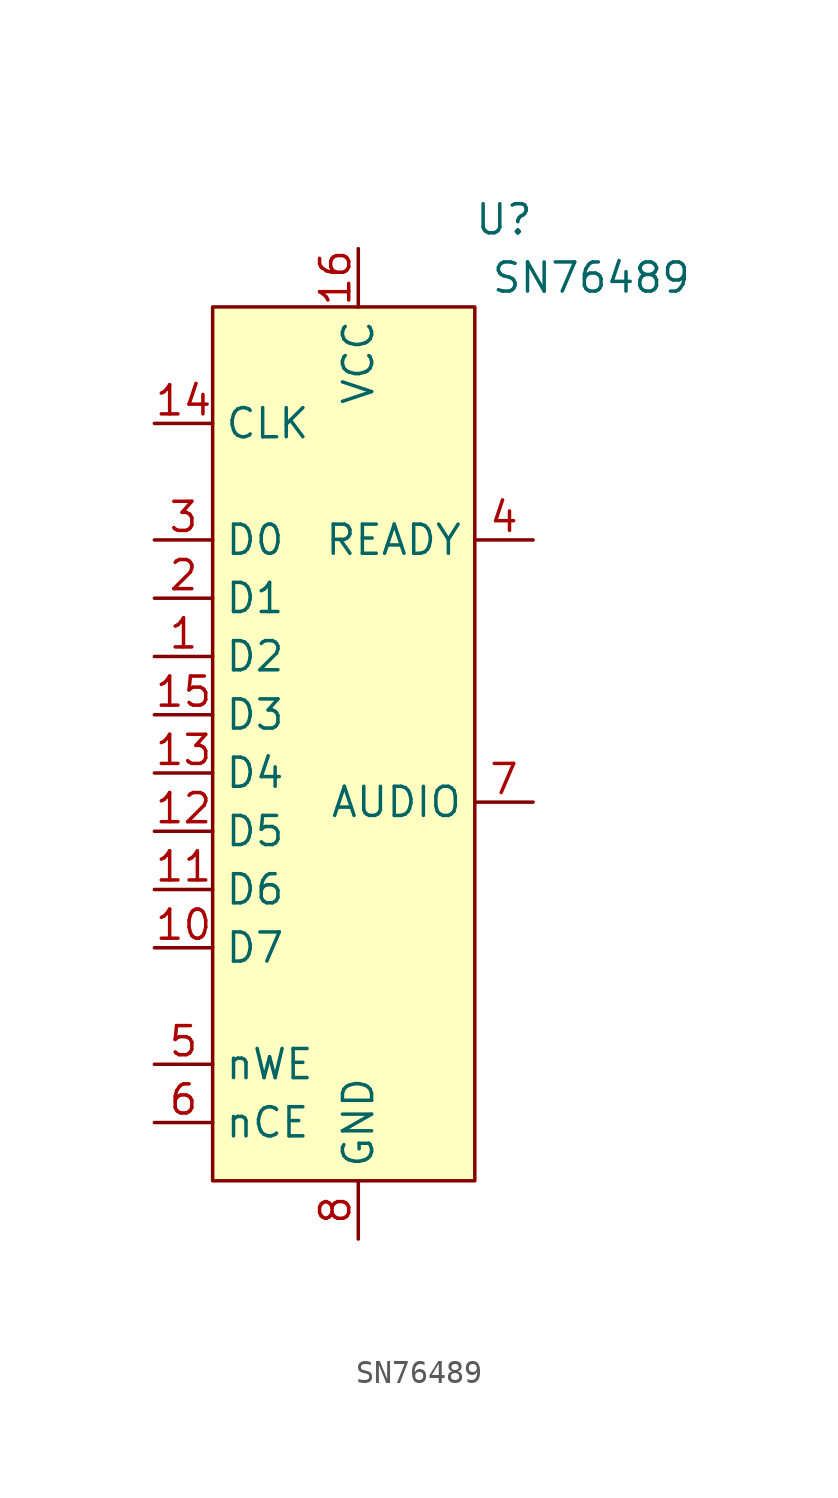
<source format=kicad_sym>
(kicad_symbol_lib
  (version 20211014)
  (generator kicad_symbol_editor)
  (symbol "SN76489"
    (property "Reference" "U"
      (at 6.35 22.86 0)
      (effects (font (size 1.27 1.27))))
    (property "Value" "SN76489"
      (at 10.16 20.32 0)
      (effects (font (size 1.27 1.27))))
    (symbol "SN76489_0_1"
      (rectangle (start -6.35 19.05) (end 5.08 -19.05) (stroke (width 0) (type default) (color 0 0 0 0)) (fill (type background))))
    (symbol "SN76489_1_1"
      (pin input line (at -8.89 3.81 0) (length 2.54) (name "D2" (effects (font (size 1.27 1.27)))) (number "1" (effects (font (size 1.27 1.27)))))
      (pin input line (at -8.89 -8.89 0) (length 2.54) (name "D7" (effects (font (size 1.27 1.27)))) (number "10" (effects (font (size 1.27 1.27)))))
      (pin input line (at -8.89 -6.35 0) (length 2.54) (name "D6" (effects (font (size 1.27 1.27)))) (number "11" (effects (font (size 1.27 1.27)))))
      (pin input line (at -8.89 -3.81 0) (length 2.54) (name "D5" (effects (font (size 1.27 1.27)))) (number "12" (effects (font (size 1.27 1.27)))))
      (pin input line (at -8.89 -1.27 0) (length 2.54) (name "D4" (effects (font (size 1.27 1.27)))) (number "13" (effects (font (size 1.27 1.27)))))
      (pin input line (at -8.89 13.97 0) (length 2.54) (name "CLK" (effects (font (size 1.27 1.27)))) (number "14" (effects (font (size 1.27 1.27)))))
      (pin input line (at -8.89 1.27 0) (length 2.54) (name "D3" (effects (font (size 1.27 1.27)))) (number "15" (effects (font (size 1.27 1.27)))))
      (pin passive line (at 0 21.59 270) (length 2.54) (name "VCC" (effects (font (size 1.27 1.27)))) (number "16" (effects (font (size 1.27 1.27)))))
      (pin input line (at -8.89 6.35 0) (length 2.54) (name "D1" (effects (font (size 1.27 1.27)))) (number "2" (effects (font (size 1.27 1.27)))))
      (pin input line (at -8.89 8.89 0) (length 2.54) (name "D0" (effects (font (size 1.27 1.27)))) (number "3" (effects (font (size 1.27 1.27)))))
      (pin output line (at 7.62 8.89 180) (length 2.54) (name "READY" (effects (font (size 1.27 1.27)))) (number "4" (effects (font (size 1.27 1.27)))))
      (pin input line (at -8.89 -13.97 0) (length 2.54) (name "nWE" (effects (font (size 1.27 1.27)))) (number "5" (effects (font (size 1.27 1.27)))))
      (pin input line (at -8.89 -16.51 0) (length 2.54) (name "nCE" (effects (font (size 1.27 1.27)))) (number "6" (effects (font (size 1.27 1.27)))))
      (pin output line (at 7.62 -2.54 180) (length 2.54) (name "AUDIO" (effects (font (size 1.27 1.27)))) (number "7" (effects (font (size 1.27 1.27)))))
      (pin passive line (at 0 -21.59 90) (length 2.54) (name "GND" (effects (font (size 1.27 1.27)))) (number "8" (effects (font (size 1.27 1.27))))))))
</source>
